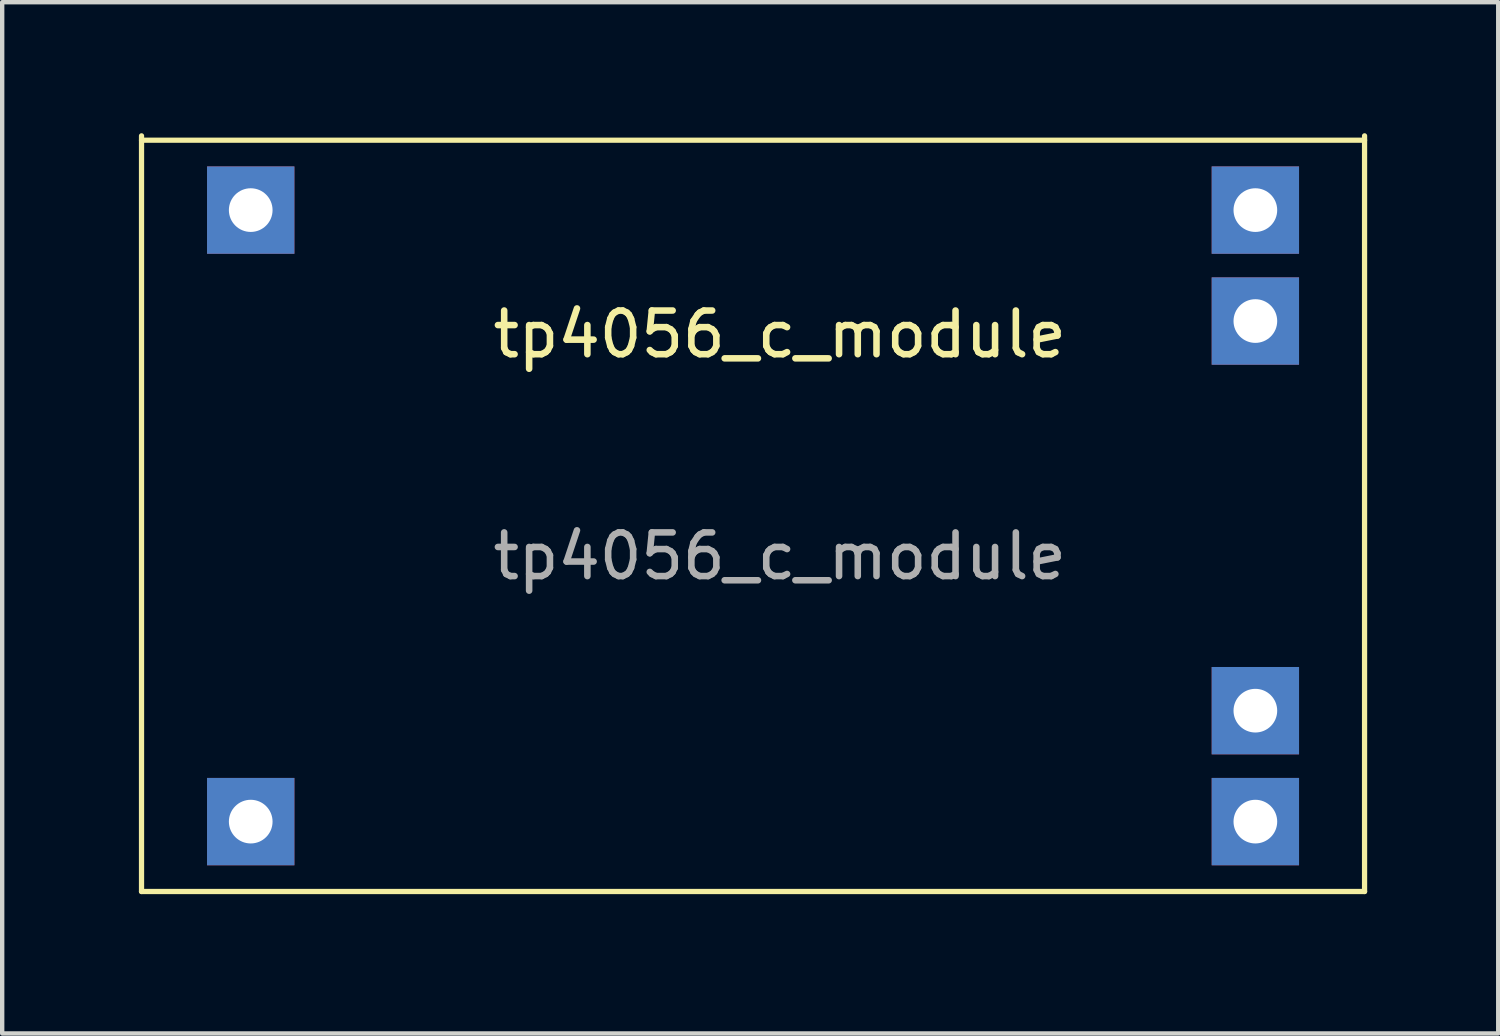
<source format=kicad_pcb>
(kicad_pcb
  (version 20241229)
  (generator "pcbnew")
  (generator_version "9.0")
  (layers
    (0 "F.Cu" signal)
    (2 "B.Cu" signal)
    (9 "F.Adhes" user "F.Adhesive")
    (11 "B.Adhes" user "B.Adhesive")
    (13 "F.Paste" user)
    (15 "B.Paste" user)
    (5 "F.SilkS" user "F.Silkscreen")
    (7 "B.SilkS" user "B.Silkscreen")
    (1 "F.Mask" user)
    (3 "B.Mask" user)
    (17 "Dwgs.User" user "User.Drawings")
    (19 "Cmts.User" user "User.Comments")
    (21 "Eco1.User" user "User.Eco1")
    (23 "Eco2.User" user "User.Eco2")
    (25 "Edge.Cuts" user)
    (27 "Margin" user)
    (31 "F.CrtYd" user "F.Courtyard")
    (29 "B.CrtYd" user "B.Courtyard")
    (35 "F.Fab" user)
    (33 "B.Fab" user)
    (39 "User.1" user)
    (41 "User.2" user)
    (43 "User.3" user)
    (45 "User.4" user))
  (footprint "tp4056_c_module"
    (layer "F.Cu")
    (at 0.25 17.36)
    (property "Reference" "tp4056_c_module" (at 14.552 -12.756 0) (unlocked yes) (layer "F.SilkS") (effects (font (size 1 1) (thickness 0.15))))
    (attr smd)
    (fp_line (start -0.06 -17.3) (end -0.06 0) (stroke (width 0.12) (type solid)) (layer "F.SilkS"))
    (fp_line (start -0.06 -17.2) (end 27.94 -17.2) (stroke (width 0.12) (type solid)) (layer "F.SilkS"))
    (fp_line (start -0.06 0) (end 27.94 0) (stroke (width 0.12) (type solid)) (layer "F.SilkS"))
    (fp_line (start 27.94 -17.3) (end 27.94 0) (stroke (width 0.12) (type solid)) (layer "F.SilkS"))
    (fp_text user "${REFERENCE}" (at 14.552 -7.676 0) (unlocked yes) (layer "F.Fab") (effects (font (size 1 1) (thickness 0.15))))
    (pad "1" thru_hole rect (at 2.44 -15.6) (size 2 2) (drill 1) (layers "*.Cu" "*.Mask"))
    (pad "2" thru_hole rect (at 2.44 -1.6) (size 2 2) (drill 1) (layers "*.Cu" "*.Mask"))
    (pad "3" thru_hole rect (at 25.44 -15.6) (size 2 2) (drill 1) (layers "*.Cu" "*.Mask"))
    (pad "4" thru_hole rect (at 25.44 -1.6) (size 2 2) (drill 1) (layers "*.Cu" "*.Mask"))
    (pad "5" thru_hole rect (at 25.44 -13.06) (size 2 2) (drill 1) (layers "*.Cu" "*.Mask"))
    (pad "6" thru_hole rect (at 25.44 -4.14) (size 2 2) (drill 1) (layers "*.Cu" "*.Mask")))
  (gr_rect
    (start -3 -3)
    (end 31.25 20.61)
    (stroke (width 0.1) (type default))
    (fill no)
    (layer "Edge.Cuts")))
</source>
